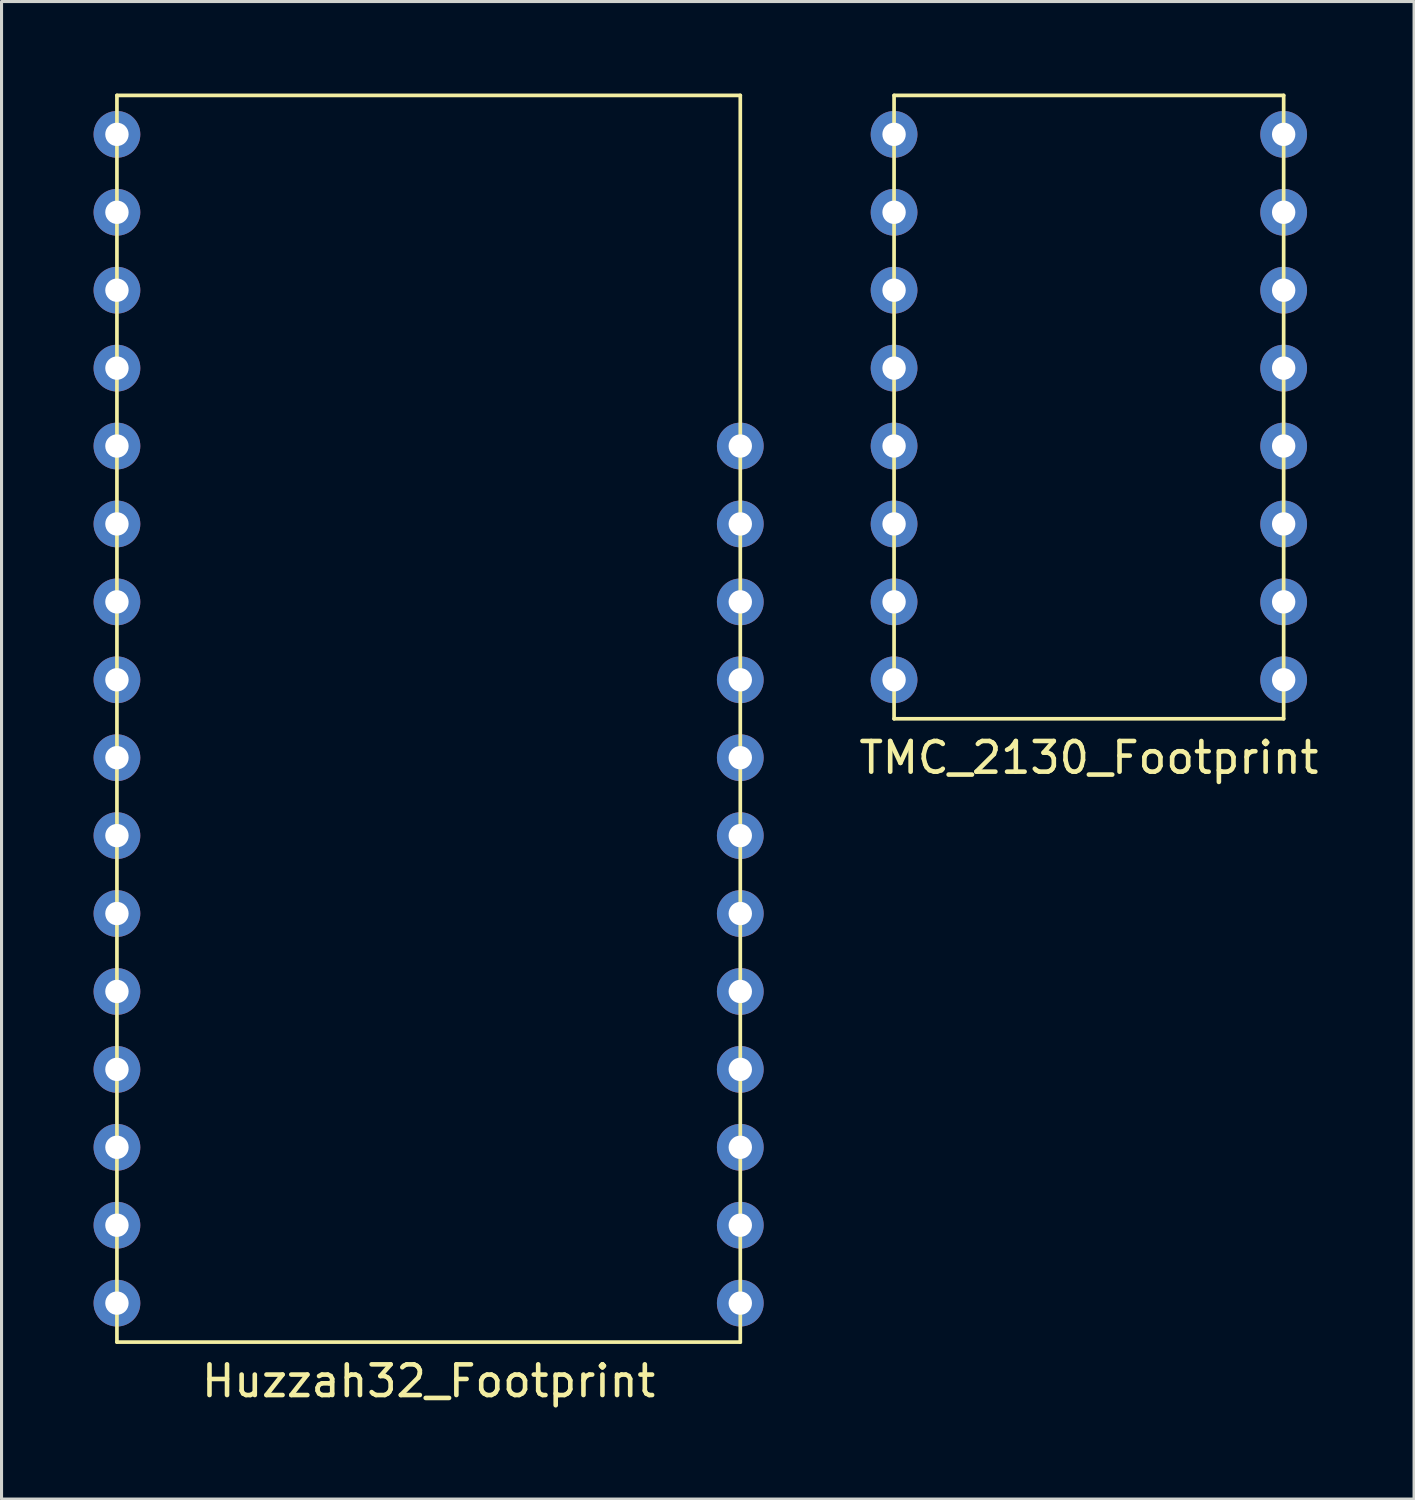
<source format=kicad_pcb>
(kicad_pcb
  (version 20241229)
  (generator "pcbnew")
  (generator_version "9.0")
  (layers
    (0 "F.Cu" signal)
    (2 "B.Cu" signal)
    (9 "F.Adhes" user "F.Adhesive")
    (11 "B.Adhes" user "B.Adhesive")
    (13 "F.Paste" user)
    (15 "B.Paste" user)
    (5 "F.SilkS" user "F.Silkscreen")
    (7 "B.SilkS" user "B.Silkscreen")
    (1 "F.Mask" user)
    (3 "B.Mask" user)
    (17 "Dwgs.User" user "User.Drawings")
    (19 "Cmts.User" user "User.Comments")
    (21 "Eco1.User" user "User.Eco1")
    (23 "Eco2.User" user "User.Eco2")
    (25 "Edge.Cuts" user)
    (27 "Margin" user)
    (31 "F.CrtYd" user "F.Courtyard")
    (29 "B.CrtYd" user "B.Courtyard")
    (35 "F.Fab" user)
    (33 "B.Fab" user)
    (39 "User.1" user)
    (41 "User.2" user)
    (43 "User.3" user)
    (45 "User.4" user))
  (footprint "TMC_2130_Footprint"
    (layer "F.Cu")
    (at 32.445 10.22)
    (property "Reference" "TMC_2130_Footprint" (at 0 11.43 0) (layer "F.SilkS") (effects (font (size 1 1) (thickness 0.15))))
    (attr through_hole)
    (fp_line (start -6.35 -10.16) (end 6.35 -10.16) (stroke (width 0.12) (type solid)) (layer "F.SilkS"))
    (fp_line (start -6.35 10.16) (end -6.35 -10.16) (stroke (width 0.12) (type solid)) (layer "F.SilkS"))
    (fp_line (start 6.35 -10.16) (end 6.35 10.16) (stroke (width 0.12) (type solid)) (layer "F.SilkS"))
    (fp_line (start 6.35 10.16) (end -6.35 10.16) (stroke (width 0.12) (type solid)) (layer "F.SilkS"))
    (pad "1" thru_hole circle (at -6.35 -8.89) (size 1.524 1.524) (drill 0.762) (layers "*.Cu" "*.Mask"))
    (pad "2" thru_hole circle (at -6.35 -6.35) (size 1.524 1.524) (drill 0.762) (layers "*.Cu" "*.Mask"))
    (pad "3" thru_hole circle (at -6.35 -3.81) (size 1.524 1.524) (drill 0.762) (layers "*.Cu" "*.Mask"))
    (pad "4" thru_hole circle (at -6.35 -1.27) (size 1.524 1.524) (drill 0.762) (layers "*.Cu" "*.Mask"))
    (pad "5" thru_hole circle (at -6.35 1.27) (size 1.524 1.524) (drill 0.762) (layers "*.Cu" "*.Mask"))
    (pad "6" thru_hole circle (at -6.35 3.81) (size 1.524 1.524) (drill 0.762) (layers "*.Cu" "*.Mask"))
    (pad "7" thru_hole circle (at -6.35 6.35) (size 1.524 1.524) (drill 0.762) (layers "*.Cu" "*.Mask"))
    (pad "8" thru_hole circle (at -6.35 8.89) (size 1.524 1.524) (drill 0.762) (layers "*.Cu" "*.Mask"))
    (pad "9" thru_hole circle (at 6.35 8.89) (size 1.524 1.524) (drill 0.762) (layers "*.Cu" "*.Mask"))
    (pad "10" thru_hole circle (at 6.35 6.35) (size 1.524 1.524) (drill 0.762) (layers "*.Cu" "*.Mask"))
    (pad "11" thru_hole circle (at 6.35 3.81) (size 1.524 1.524) (drill 0.762) (layers "*.Cu" "*.Mask"))
    (pad "12" thru_hole circle (at 6.35 1.27) (size 1.524 1.524) (drill 0.762) (layers "*.Cu" "*.Mask"))
    (pad "13" thru_hole circle (at 6.35 -1.27) (size 1.524 1.524) (drill 0.762) (layers "*.Cu" "*.Mask"))
    (pad "14" thru_hole circle (at 6.35 -3.81) (size 1.524 1.524) (drill 0.762) (layers "*.Cu" "*.Mask"))
    (pad "15" thru_hole circle (at 6.35 -6.35) (size 1.524 1.524) (drill 0.762) (layers "*.Cu" "*.Mask"))
    (pad "16" thru_hole circle (at 6.35 -8.89) (size 1.524 1.524) (drill 0.762) (layers "*.Cu" "*.Mask")))
  (footprint "Huzzah32_Footprint"
    (layer "F.Cu")
    (at 10.922 20.38)
    (property "Reference" "Huzzah32_Footprint" (at 0 21.59 0) (layer "F.SilkS") (effects (font (size 1 1) (thickness 0.15))))
    (attr through_hole)
    (fp_line (start -10.16 -20.32) (end -10.16 20.32) (stroke (width 0.12) (type solid)) (layer "F.SilkS"))
    (fp_line (start -10.16 -20.32) (end 10.16 -20.32) (stroke (width 0.12) (type solid)) (layer "F.SilkS"))
    (fp_line (start 10.16 -20.32) (end 10.16 20.32) (stroke (width 0.12) (type solid)) (layer "F.SilkS"))
    (fp_line (start 10.16 20.32) (end -10.16 20.32) (stroke (width 0.12) (type solid)) (layer "F.SilkS"))
    (pad "1" thru_hole circle (at -10.16 -19.05) (size 1.524 1.524) (drill 0.762) (layers "*.Cu" "*.Mask"))
    (pad "2" thru_hole circle (at -10.16 -16.51) (size 1.524 1.524) (drill 0.762) (layers "*.Cu" "*.Mask"))
    (pad "3" thru_hole circle (at -10.16 -13.97) (size 1.524 1.524) (drill 0.762) (layers "*.Cu" "*.Mask"))
    (pad "4" thru_hole circle (at -10.16 -11.43) (size 1.524 1.524) (drill 0.762) (layers "*.Cu" "*.Mask"))
    (pad "5" thru_hole circle (at -10.16 -8.89) (size 1.524 1.524) (drill 0.762) (layers "*.Cu" "*.Mask"))
    (pad "6" thru_hole circle (at -10.16 -6.35) (size 1.524 1.524) (drill 0.762) (layers "*.Cu" "*.Mask"))
    (pad "7" thru_hole circle (at -10.16 -3.81) (size 1.524 1.524) (drill 0.762) (layers "*.Cu" "*.Mask"))
    (pad "8" thru_hole circle (at -10.16 -1.27) (size 1.524 1.524) (drill 0.762) (layers "*.Cu" "*.Mask"))
    (pad "9" thru_hole circle (at -10.16 1.27) (size 1.524 1.524) (drill 0.762) (layers "*.Cu" "*.Mask"))
    (pad "10" thru_hole circle (at -10.16 3.81) (size 1.524 1.524) (drill 0.762) (layers "*.Cu" "*.Mask"))
    (pad "11" thru_hole circle (at -10.16 6.35) (size 1.524 1.524) (drill 0.762) (layers "*.Cu" "*.Mask"))
    (pad "12" thru_hole circle (at -10.16 8.89) (size 1.524 1.524) (drill 0.762) (layers "*.Cu" "*.Mask"))
    (pad "13" thru_hole circle (at -10.16 11.43) (size 1.524 1.524) (drill 0.762) (layers "*.Cu" "*.Mask"))
    (pad "14" thru_hole circle (at -10.16 13.97) (size 1.524 1.524) (drill 0.762) (layers "*.Cu" "*.Mask"))
    (pad "15" thru_hole circle (at -10.16 16.51) (size 1.524 1.524) (drill 0.762) (layers "*.Cu" "*.Mask"))
    (pad "16" thru_hole circle (at -10.16 19.05) (size 1.524 1.524) (drill 0.762) (layers "*.Cu" "*.Mask"))
    (pad "17" thru_hole circle (at 10.16 19.05) (size 1.524 1.524) (drill 0.762) (layers "*.Cu" "*.Mask"))
    (pad "18" thru_hole circle (at 10.16 16.51) (size 1.524 1.524) (drill 0.762) (layers "*.Cu" "*.Mask"))
    (pad "19" thru_hole circle (at 10.16 13.97) (size 1.524 1.524) (drill 0.762) (layers "*.Cu" "*.Mask"))
    (pad "20" thru_hole circle (at 10.16 11.43) (size 1.524 1.524) (drill 0.762) (layers "*.Cu" "*.Mask"))
    (pad "21" thru_hole circle (at 10.16 8.89) (size 1.524 1.524) (drill 0.762) (layers "*.Cu" "*.Mask"))
    (pad "22" thru_hole circle (at 10.16 6.35) (size 1.524 1.524) (drill 0.762) (layers "*.Cu" "*.Mask"))
    (pad "23" thru_hole circle (at 10.16 3.81) (size 1.524 1.524) (drill 0.762) (layers "*.Cu" "*.Mask"))
    (pad "24" thru_hole circle (at 10.16 1.27) (size 1.524 1.524) (drill 0.762) (layers "*.Cu" "*.Mask"))
    (pad "25" thru_hole circle (at 10.16 -1.27) (size 1.524 1.524) (drill 0.762) (layers "*.Cu" "*.Mask"))
    (pad "26" thru_hole circle (at 10.16 -3.81) (size 1.524 1.524) (drill 0.762) (layers "*.Cu" "*.Mask"))
    (pad "27" thru_hole circle (at 10.16 -6.35) (size 1.524 1.524) (drill 0.762) (layers "*.Cu" "*.Mask"))
    (pad "28" thru_hole circle (at 10.16 -8.89) (size 1.524 1.524) (drill 0.762) (layers "*.Cu" "*.Mask")))
  (gr_rect
    (start -3 -3)
    (end 43.046 45.818)
    (stroke (width 0.1) (type default))
    (fill no)
    (layer "Edge.Cuts")))
</source>
